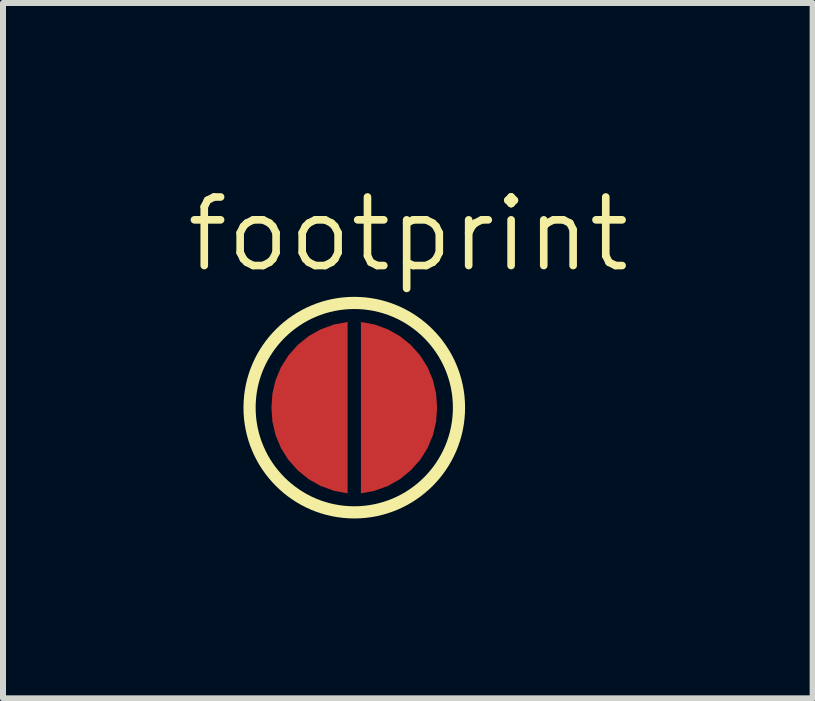
<source format=kicad_pcb>
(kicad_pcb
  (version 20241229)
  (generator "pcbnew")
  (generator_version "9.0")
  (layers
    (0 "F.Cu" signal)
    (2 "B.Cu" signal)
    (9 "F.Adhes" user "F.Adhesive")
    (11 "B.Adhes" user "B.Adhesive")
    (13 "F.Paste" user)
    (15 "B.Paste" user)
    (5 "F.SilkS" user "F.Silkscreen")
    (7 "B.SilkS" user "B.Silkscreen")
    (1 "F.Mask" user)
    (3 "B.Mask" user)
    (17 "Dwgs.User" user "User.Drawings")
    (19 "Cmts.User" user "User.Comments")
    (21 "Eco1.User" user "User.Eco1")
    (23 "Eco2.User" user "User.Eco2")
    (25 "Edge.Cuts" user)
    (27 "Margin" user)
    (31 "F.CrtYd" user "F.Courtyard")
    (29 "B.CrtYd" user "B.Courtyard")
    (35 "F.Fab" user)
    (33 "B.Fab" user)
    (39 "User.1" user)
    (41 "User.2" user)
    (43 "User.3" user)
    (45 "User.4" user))
  (footprint "footprint"
    (layer "F.Cu")
    (at 2.857 3.747)
    (property "Reference" "footprint" (at -2.857 -2.223 0) (layer "F.SilkS") (effects (font (size 1.143 1.143) (thickness 0.127)) (justify left bottom)))
    (fp_poly (pts (xy -0.111 1.429) (xy -0.34 1.386) (xy -0.559 1.306) (xy -0.762 1.192) (xy -0.943 1.045) (xy -1.098 0.871) (xy -1.222 0.674) (xy -1.312 0.459) (xy -1.365 0.232) (xy -1.381 0) (xy -1.365 -0.232) (xy -1.312 -0.459) (xy -1.222 -0.674) (xy -1.098 -0.871) (xy -0.943 -1.045) (xy -0.762 -1.192) (xy -0.559 -1.306) (xy -0.34 -1.386) (xy -0.111 -1.429)) (stroke (width 0) (type solid)) (fill yes) (layer "F.Cu"))
    (fp_poly (pts (xy 0.34 -1.386) (xy 0.559 -1.306) (xy 0.762 -1.192) (xy 0.943 -1.045) (xy 1.098 -0.871) (xy 1.222 -0.674) (xy 1.312 -0.459) (xy 1.365 -0.232) (xy 1.381 0) (xy 1.365 0.232) (xy 1.312 0.459) (xy 1.222 0.674) (xy 1.098 0.871) (xy 0.943 1.045) (xy 0.762 1.192) (xy 0.559 1.306) (xy 0.34 1.386) (xy 0.111 1.429) (xy 0.111 -1.429)) (stroke (width 0) (type solid)) (fill yes) (layer "F.Cu"))
    (fp_poly (pts (xy 0.266 -1.507) (xy 0.524 -1.438) (xy 0.765 -1.326) (xy 0.984 -1.173) (xy 1.173 -0.984) (xy 1.326 -0.765) (xy 1.44 -0.519) (xy 1.531 -0.004) (xy 1.507 0.266) (xy 1.438 0.524) (xy 1.326 0.765) (xy 1.173 0.984) (xy 0.984 1.173) (xy 0.765 1.326) (xy 0.524 1.438) (xy 0.266 1.507) (xy 0 1.531) (xy -0.266 1.507) (xy -0.524 1.438) (xy -0.765 1.326) (xy -0.984 1.173) (xy -1.173 0.984) (xy -1.326 0.765) (xy -1.438 0.524) (xy -1.507 0.266) (xy -1.531 0) (xy -1.507 -0.266) (xy -1.438 -0.524) (xy -1.326 -0.765) (xy -1.173 -0.984) (xy -0.984 -1.173) (xy -0.765 -1.326) (xy -0.524 -1.438) (xy -0.266 -1.507) (xy 0 -1.531)) (stroke (width 0) (type solid)) (fill yes) (layer "F.Mask"))
    (fp_circle (center 0 0) (end 1.746 0) (stroke (width 0.203) (type solid)) (fill no) (layer "F.SilkS"))
    (pad "1" smd roundrect (at -1.27 0 270) (size 0.305 0.152) (layers "F.Cu") (roundrect_rratio 0.1))
    (pad "2" smd roundrect (at 1.27 0 90) (size 0.305 0.152) (layers "F.Cu") (roundrect_rratio 0.1)))
  (gr_rect
    (start -3 -3)
    (end 10.5 8.594)
    (stroke (width 0.1) (type default))
    (fill no)
    (layer "Edge.Cuts")))
</source>
